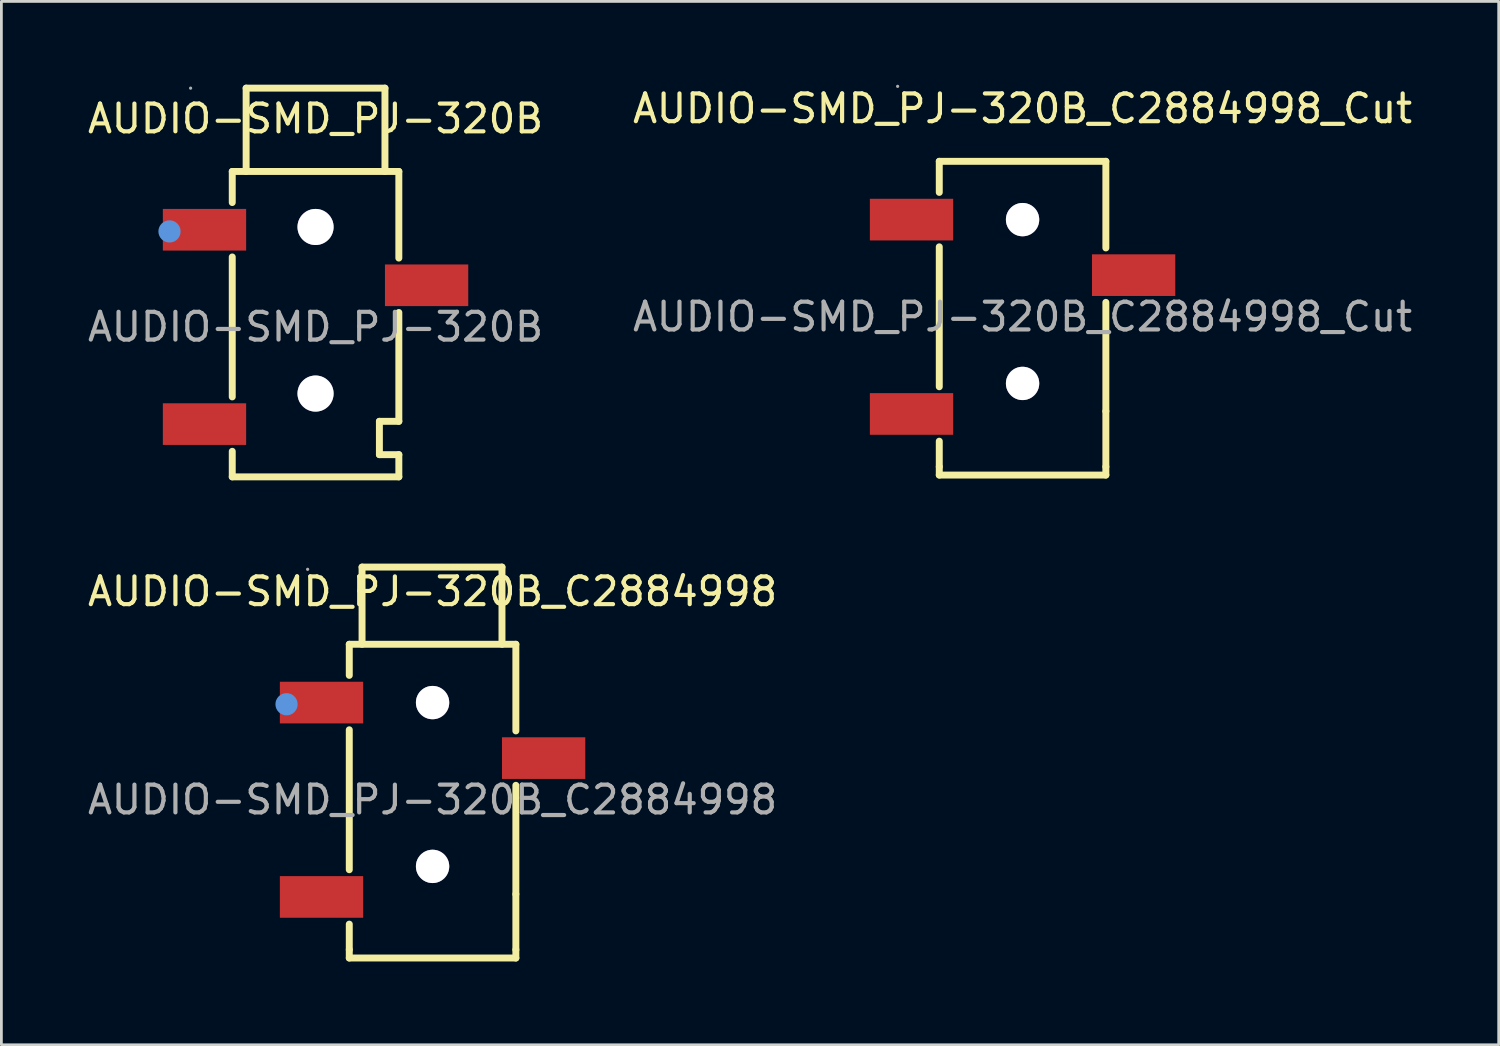
<source format=kicad_pcb>
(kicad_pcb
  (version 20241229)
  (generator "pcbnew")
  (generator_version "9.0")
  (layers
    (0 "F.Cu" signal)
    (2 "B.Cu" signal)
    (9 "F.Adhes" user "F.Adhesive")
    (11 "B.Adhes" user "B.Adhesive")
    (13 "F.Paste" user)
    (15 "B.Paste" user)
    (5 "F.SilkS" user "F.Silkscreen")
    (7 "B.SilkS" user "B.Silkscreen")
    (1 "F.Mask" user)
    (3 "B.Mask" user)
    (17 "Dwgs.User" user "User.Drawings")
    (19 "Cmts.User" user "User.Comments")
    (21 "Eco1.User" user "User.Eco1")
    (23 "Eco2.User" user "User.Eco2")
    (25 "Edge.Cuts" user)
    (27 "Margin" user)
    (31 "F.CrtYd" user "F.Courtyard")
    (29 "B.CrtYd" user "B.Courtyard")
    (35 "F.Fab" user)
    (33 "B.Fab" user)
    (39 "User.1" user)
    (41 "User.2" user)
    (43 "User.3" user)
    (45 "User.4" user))
  (footprint "AUDIO-SMD_PJ-320B_C2884998_Cut"
    (layer "F.Cu")
    (at 33.78 8.36)
    (property "Reference" "AUDIO-SMD_PJ-320B_C2884998_Cut" (at 0 -7.5 180) (layer "F.SilkS") (effects (font (size 1 1) (thickness 0.15))))
    (attr through_hole)
    (fp_line (start -3 -5.6) (end -3 -4.48) (stroke (width 0.25) (type solid)) (layer "F.SilkS"))
    (fp_line (start -3 -5.6) (end 3 -5.6) (stroke (width 0.25) (type solid)) (layer "F.SilkS"))
    (fp_line (start -3 -2.52) (end -3 2.52) (stroke (width 0.25) (type solid)) (layer "F.SilkS"))
    (fp_line (start -3 4.48) (end -3 5.4) (stroke (width 0.25) (type solid)) (layer "F.SilkS"))
    (fp_line (start -3 5.4) (end -3 5.7) (stroke (width 0.25) (type solid)) (layer "F.SilkS"))
    (fp_line (start 3 -5.6) (end 3 -2.48) (stroke (width 0.25) (type solid)) (layer "F.SilkS"))
    (fp_line (start 3 -0.52) (end 3 3.4) (stroke (width 0.25) (type solid)) (layer "F.SilkS"))
    (fp_line (start 3 3.4) (end 3 5.4) (stroke (width 0.25) (type solid)) (layer "F.SilkS"))
    (fp_line (start 3 5.4) (end 3 5.7) (stroke (width 0.25) (type solid)) (layer "F.SilkS"))
    (fp_line (start 3 5.7) (end -3 5.7) (stroke (width 0.25) (type solid)) (layer "F.SilkS"))
    (fp_circle (center 0 -3.5) (end 0.18 -3.5) (stroke (width 0.35) (type solid)) (fill no) (layer "Cmts.User"))
    (fp_circle (center 0 2.4) (end 0.18 2.4) (stroke (width 0.35) (type solid)) (fill no) (layer "Cmts.User"))
    (fp_circle (center -4.5 -8.3) (end -4.47 -8.3) (stroke (width 0.06) (type solid)) (fill no) (layer "F.Fab"))
    (fp_text user "${REFERENCE}" (at 0 0 180) (layer "F.Fab") (effects (font (size 1 1) (thickness 0.15))))
    (pad "" thru_hole circle (at 0 -3.5) (size 1.2 1.2) (drill 1.2) (layers "*.Cu" "*.Mask"))
    (pad "" thru_hole circle (at 0 2.4) (size 1.2 1.2) (drill 1.2) (layers "*.Cu" "*.Mask"))
    (pad "1" smd rect (at -4 -3.5) (size 3 1.5) (layers "F.Cu" "F.Mask" "F.Paste"))
    (pad "2" smd rect (at 4 -1.5) (size 3 1.5) (layers "F.Cu" "F.Mask" "F.Paste"))
    (pad "3" smd rect (at -4 3.5) (size 3 1.5) (layers "F.Cu" "F.Mask" "F.Paste")))
  (footprint "AUDIO-SMD_PJ-320B_C2884998"
    (layer "F.Cu")
    (at 12.53 25.755)
    (property "Reference" "AUDIO-SMD_PJ-320B_C2884998" (at 0 -7.5 0) (layer "F.SilkS") (effects (font (size 1 1) (thickness 0.15))))
    (attr smd)
    (fp_line (start -3 -5.6) (end -3 -4.48) (stroke (width 0.25) (type solid)) (layer "F.SilkS"))
    (fp_line (start -3 -5.6) (end 3 -5.6) (stroke (width 0.25) (type solid)) (layer "F.SilkS"))
    (fp_line (start -3 -2.52) (end -3 2.52) (stroke (width 0.25) (type solid)) (layer "F.SilkS"))
    (fp_line (start -3 4.48) (end -3 5.4) (stroke (width 0.25) (type solid)) (layer "F.SilkS"))
    (fp_line (start -3 5.4) (end -3 5.7) (stroke (width 0.25) (type solid)) (layer "F.SilkS"))
    (fp_line (start -2.54 -8.38) (end -2.54 -5.6) (stroke (width 0.25) (type solid)) (layer "F.SilkS"))
    (fp_line (start 2.5 -8.38) (end -2.54 -8.38) (stroke (width 0.25) (type solid)) (layer "F.SilkS"))
    (fp_line (start 2.5 -5.6) (end 2.5 -8.38) (stroke (width 0.25) (type solid)) (layer "F.SilkS"))
    (fp_line (start 3 -5.6) (end 3 -2.48) (stroke (width 0.25) (type solid)) (layer "F.SilkS"))
    (fp_line (start 3 -0.52) (end 3 3.4) (stroke (width 0.25) (type solid)) (layer "F.SilkS"))
    (fp_line (start 3 3.4) (end 3 5.4) (stroke (width 0.25) (type solid)) (layer "F.SilkS"))
    (fp_line (start 3 5.4) (end 3 5.7) (stroke (width 0.25) (type solid)) (layer "F.SilkS"))
    (fp_line (start 3 5.7) (end -3 5.7) (stroke (width 0.25) (type solid)) (layer "F.SilkS"))
    (fp_circle (center -5.26 -3.44) (end -5.06 -3.44) (stroke (width 0.4) (type solid)) (fill no) (layer "Cmts.User"))
    (fp_circle (center 0 -3.5) (end 0.18 -3.5) (stroke (width 0.35) (type solid)) (fill no) (layer "Cmts.User"))
    (fp_circle (center 0 2.4) (end 0.18 2.4) (stroke (width 0.35) (type solid)) (fill no) (layer "Cmts.User"))
    (fp_circle (center -4.5 -8.3) (end -4.47 -8.3) (stroke (width 0.06) (type solid)) (fill no) (layer "F.Fab"))
    (fp_text user "${REFERENCE}" (at 0 0 0) (layer "F.Fab") (effects (font (size 1 1) (thickness 0.15))))
    (pad "" thru_hole circle (at 0 -3.5) (size 1.2 1.2) (drill 1.2) (layers "*.Cu" "*.Mask"))
    (pad "" thru_hole circle (at 0 2.4) (size 1.2 1.2) (drill 1.2) (layers "*.Cu" "*.Mask"))
    (pad "1" smd rect (at -4 -3.5) (size 3 1.5) (layers "F.Cu" "F.Mask" "F.Paste"))
    (pad "2" smd rect (at 4 -1.5) (size 3 1.5) (layers "F.Cu" "F.Mask" "F.Paste"))
    (pad "3" smd rect (at -4 3.5) (size 3 1.5) (layers "F.Cu" "F.Mask" "F.Paste")))
  (footprint "AUDIO-SMD_PJ-320B"
    (layer "F.Cu")
    (at 8.315 8.725)
    (property "Reference" "AUDIO-SMD_PJ-320B" (at 0 -7.5 0) (layer "F.SilkS") (effects (font (size 1 1) (thickness 0.15))))
    (attr smd)
    (fp_line (start -3 -5.6) (end -3 -4.48) (stroke (width 0.25) (type solid)) (layer "F.SilkS"))
    (fp_line (start -3 -5.6) (end 3 -5.6) (stroke (width 0.25) (type solid)) (layer "F.SilkS"))
    (fp_line (start -3 -2.52) (end -3 2.52) (stroke (width 0.25) (type solid)) (layer "F.SilkS"))
    (fp_line (start -3 4.48) (end -3 5.4) (stroke (width 0.25) (type solid)) (layer "F.SilkS"))
    (fp_line (start -2.5 -8.6) (end 2.5 -8.6) (stroke (width 0.25) (type solid)) (layer "F.SilkS"))
    (fp_line (start -2.5 -5.6) (end -2.5 -8.6) (stroke (width 0.25) (type solid)) (layer "F.SilkS"))
    (fp_line (start 2.3 3.4) (end 2.3 4.6) (stroke (width 0.25) (type solid)) (layer "F.SilkS"))
    (fp_line (start 2.3 4.6) (end 3 4.6) (stroke (width 0.25) (type solid)) (layer "F.SilkS"))
    (fp_line (start 2.5 -5.6) (end 2.5 -8.6) (stroke (width 0.25) (type solid)) (layer "F.SilkS"))
    (fp_line (start 3 -5.6) (end 3 -2.48) (stroke (width 0.25) (type solid)) (layer "F.SilkS"))
    (fp_line (start 3 -0.52) (end 3 3.4) (stroke (width 0.25) (type solid)) (layer "F.SilkS"))
    (fp_line (start 3 3.4) (end 2.3 3.4) (stroke (width 0.25) (type solid)) (layer "F.SilkS"))
    (fp_line (start 3 4.6) (end 3 5.4) (stroke (width 0.25) (type solid)) (layer "F.SilkS"))
    (fp_line (start 3 5.4) (end -3 5.4) (stroke (width 0.25) (type solid)) (layer "F.SilkS"))
    (fp_circle (center -5.26 -3.44) (end -5.06 -3.44) (stroke (width 0.4) (type solid)) (fill no) (layer "Cmts.User"))
    (fp_circle (center 0 -3.6) (end 0.18 -3.6) (stroke (width 0.35) (type solid)) (fill no) (layer "Cmts.User"))
    (fp_circle (center 0 2.4) (end 0.18 2.4) (stroke (width 0.35) (type solid)) (fill no) (layer "Cmts.User"))
    (fp_circle (center -4.5 -8.6) (end -4.47 -8.6) (stroke (width 0.06) (type solid)) (fill no) (layer "F.Fab"))
    (fp_text user "${REFERENCE}" (at 0 0 0) (layer "F.Fab") (effects (font (size 1 1) (thickness 0.15))))
    (pad "" thru_hole circle (at 0 -3.6) (size 1.3 1.3) (drill 1.3) (layers "*.Cu" "*.Mask"))
    (pad "" thru_hole circle (at 0 2.4) (size 1.3 1.3) (drill 1.3) (layers "*.Cu" "*.Mask"))
    (pad "1" smd rect (at -4 -3.5) (size 3 1.5) (layers "F.Cu" "F.Mask" "F.Paste"))
    (pad "2" smd rect (at 4 -1.5) (size 3 1.5) (layers "F.Cu" "F.Mask" "F.Paste"))
    (pad "3" smd rect (at -4 3.5) (size 3 1.5) (layers "F.Cu" "F.Mask" "F.Paste")))
  (gr_rect
    (start -3 -3)
    (end 50.929 34.58)
    (stroke (width 0.1) (type default))
    (fill no)
    (layer "Edge.Cuts")))
</source>
